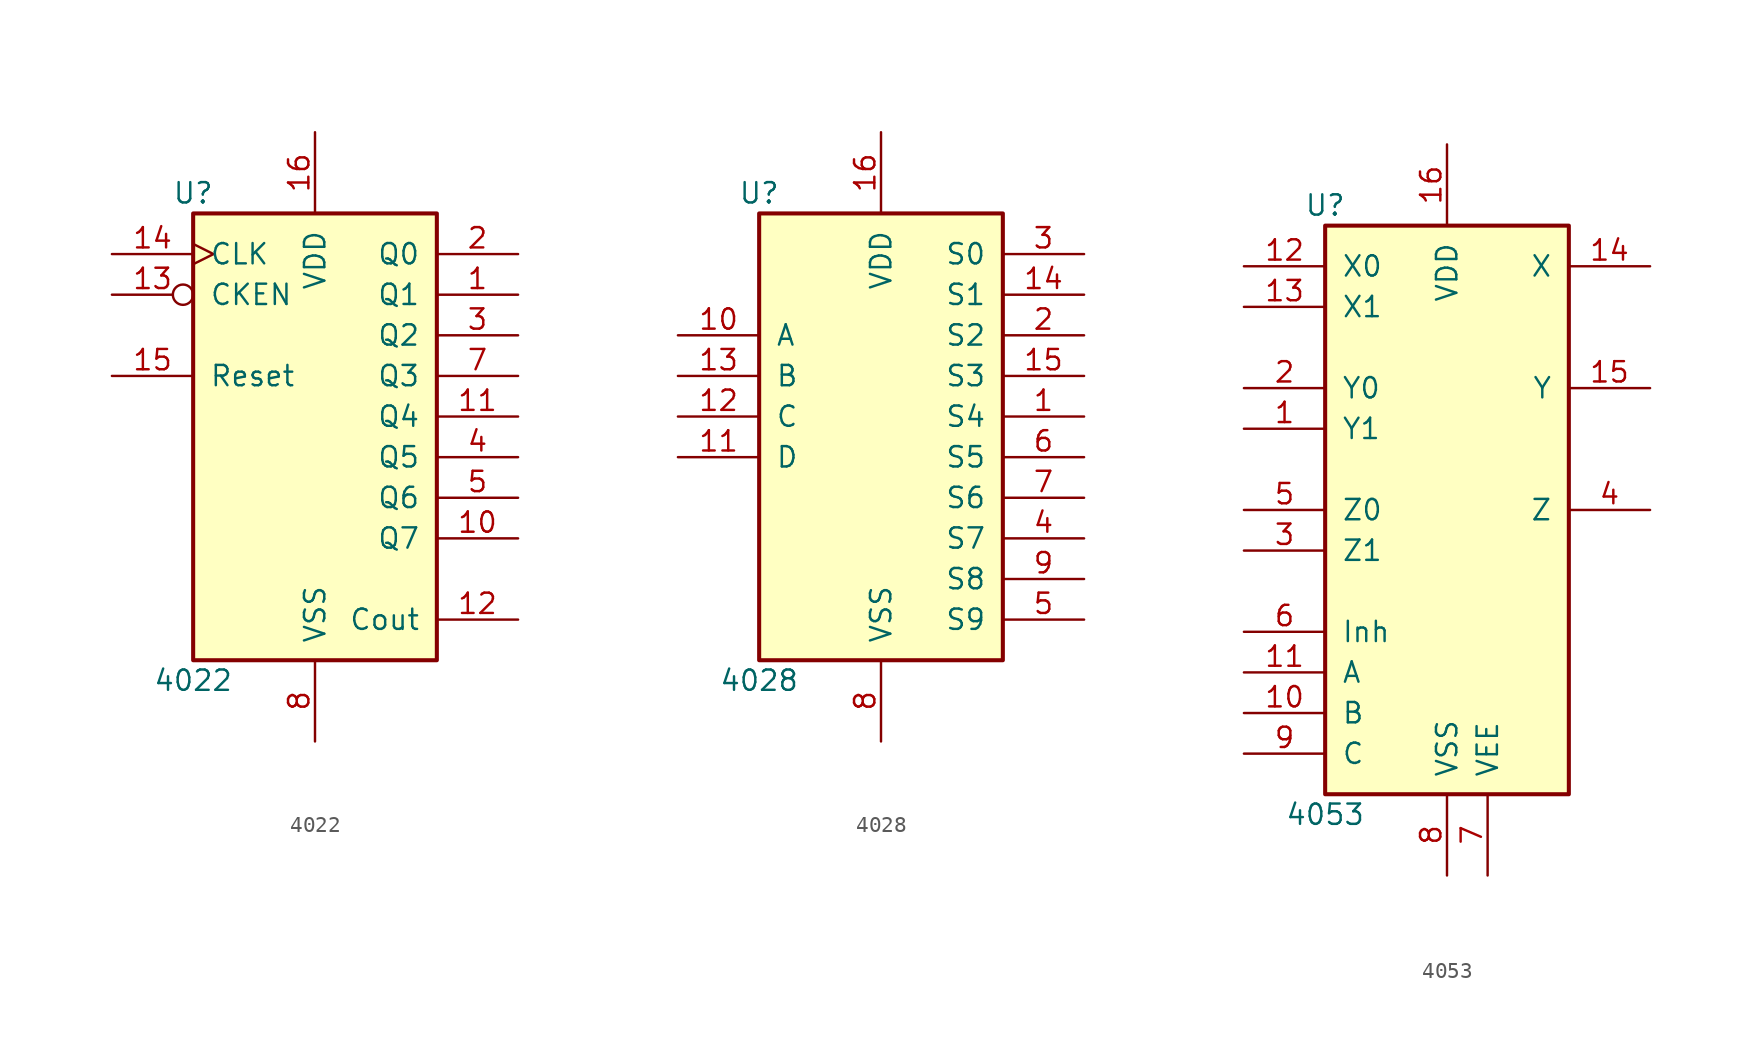
<source format=kicad_sym>
(kicad_symbol_lib
  (version 20220914)
  (generator kicad_symbol_editor)
  (symbol "4022"
    (pin_names
      (offset 1.016))
    (property "Reference" "U"
      (at -7.62 13.97 0)
      (effects (font (size 1.27 1.27))))
    (property "Value" "4022"
      (at -7.62 -16.51 0)
      (effects (font (size 1.27 1.27))))
    (property "ki_locked" ""
      (at 0 0 0)
      (effects (font (size 1.27 1.27))))
    (symbol "4022_1_0"
      (pin output line (at 12.7 7.62 180) (length 5.08) (name "Q1" (effects (font (size 1.27 1.27)))) (number "1" (effects (font (size 1.27 1.27)))))
      (pin output line (at 12.7 -7.62 180) (length 5.08) (name "Q7" (effects (font (size 1.27 1.27)))) (number "10" (effects (font (size 1.27 1.27)))))
      (pin output line (at 12.7 0 180) (length 5.08) (name "Q4" (effects (font (size 1.27 1.27)))) (number "11" (effects (font (size 1.27 1.27)))))
      (pin output line (at 12.7 -12.7 180) (length 5.08) (name "Cout" (effects (font (size 1.27 1.27)))) (number "12" (effects (font (size 1.27 1.27)))))
      (pin input inverted (at -12.7 7.62 0) (length 5.08) (name "CKEN" (effects (font (size 1.27 1.27)))) (number "13" (effects (font (size 1.27 1.27)))))
      (pin input clock (at -12.7 10.16 0) (length 5.08) (name "CLK" (effects (font (size 1.27 1.27)))) (number "14" (effects (font (size 1.27 1.27)))))
      (pin input line (at -12.7 2.54 0) (length 5.08) (name "Reset" (effects (font (size 1.27 1.27)))) (number "15" (effects (font (size 1.27 1.27)))))
      (pin power_in line (at 0 17.78 270) (length 5.08) (name "VDD" (effects (font (size 1.27 1.27)))) (number "16" (effects (font (size 1.27 1.27)))))
      (pin output line (at 12.7 10.16 180) (length 5.08) (name "Q0" (effects (font (size 1.27 1.27)))) (number "2" (effects (font (size 1.27 1.27)))))
      (pin output line (at 12.7 5.08 180) (length 5.08) (name "Q2" (effects (font (size 1.27 1.27)))) (number "3" (effects (font (size 1.27 1.27)))))
      (pin output line (at 12.7 -2.54 180) (length 5.08) (name "Q5" (effects (font (size 1.27 1.27)))) (number "4" (effects (font (size 1.27 1.27)))))
      (pin output line (at 12.7 -5.08 180) (length 5.08) (name "Q6" (effects (font (size 1.27 1.27)))) (number "5" (effects (font (size 1.27 1.27)))))
      (pin output line (at 12.7 2.54 180) (length 5.08) (name "Q3" (effects (font (size 1.27 1.27)))) (number "7" (effects (font (size 1.27 1.27)))))
      (pin power_in line (at 0 -20.32 90) (length 5.08) (name "VSS" (effects (font (size 1.27 1.27)))) (number "8" (effects (font (size 1.27 1.27))))))
    (symbol "4022_1_1"
      (rectangle (start -7.62 12.7) (end 7.62 -15.24) (stroke (width 0.254) (type default)) (fill (type background)))))
  (symbol "4028"
    (pin_names
      (offset 1.016))
    (property "Reference" "U"
      (at -7.62 13.97 0)
      (effects (font (size 1.27 1.27))))
    (property "Value" "4028"
      (at -7.62 -16.51 0)
      (effects (font (size 1.27 1.27))))
    (property "ki_locked" ""
      (at 0 0 0)
      (effects (font (size 1.27 1.27))))
    (symbol "4028_1_0"
      (pin output line (at 12.7 0 180) (length 5.08) (name "S4" (effects (font (size 1.27 1.27)))) (number "1" (effects (font (size 1.27 1.27)))))
      (pin input line (at -12.7 5.08 0) (length 5.08) (name "A" (effects (font (size 1.27 1.27)))) (number "10" (effects (font (size 1.27 1.27)))))
      (pin input line (at -12.7 -2.54 0) (length 5.08) (name "D" (effects (font (size 1.27 1.27)))) (number "11" (effects (font (size 1.27 1.27)))))
      (pin input line (at -12.7 0 0) (length 5.08) (name "C" (effects (font (size 1.27 1.27)))) (number "12" (effects (font (size 1.27 1.27)))))
      (pin input line (at -12.7 2.54 0) (length 5.08) (name "B" (effects (font (size 1.27 1.27)))) (number "13" (effects (font (size 1.27 1.27)))))
      (pin output line (at 12.7 7.62 180) (length 5.08) (name "S1" (effects (font (size 1.27 1.27)))) (number "14" (effects (font (size 1.27 1.27)))))
      (pin output line (at 12.7 2.54 180) (length 5.08) (name "S3" (effects (font (size 1.27 1.27)))) (number "15" (effects (font (size 1.27 1.27)))))
      (pin power_in line (at 0 17.78 270) (length 5.08) (name "VDD" (effects (font (size 1.27 1.27)))) (number "16" (effects (font (size 1.27 1.27)))))
      (pin output line (at 12.7 5.08 180) (length 5.08) (name "S2" (effects (font (size 1.27 1.27)))) (number "2" (effects (font (size 1.27 1.27)))))
      (pin output line (at 12.7 10.16 180) (length 5.08) (name "S0" (effects (font (size 1.27 1.27)))) (number "3" (effects (font (size 1.27 1.27)))))
      (pin output line (at 12.7 -7.62 180) (length 5.08) (name "S7" (effects (font (size 1.27 1.27)))) (number "4" (effects (font (size 1.27 1.27)))))
      (pin output line (at 12.7 -12.7 180) (length 5.08) (name "S9" (effects (font (size 1.27 1.27)))) (number "5" (effects (font (size 1.27 1.27)))))
      (pin output line (at 12.7 -2.54 180) (length 5.08) (name "S5" (effects (font (size 1.27 1.27)))) (number "6" (effects (font (size 1.27 1.27)))))
      (pin output line (at 12.7 -5.08 180) (length 5.08) (name "S6" (effects (font (size 1.27 1.27)))) (number "7" (effects (font (size 1.27 1.27)))))
      (pin power_in line (at 0 -20.32 90) (length 5.08) (name "VSS" (effects (font (size 1.27 1.27)))) (number "8" (effects (font (size 1.27 1.27)))))
      (pin output line (at 12.7 -10.16 180) (length 5.08) (name "S8" (effects (font (size 1.27 1.27)))) (number "9" (effects (font (size 1.27 1.27))))))
    (symbol "4028_1_1"
      (rectangle (start -7.62 12.7) (end 7.62 -15.24) (stroke (width 0.254) (type default)) (fill (type background)))))
  (symbol "4053"
    (pin_names
      (offset 1.016))
    (property "Reference" "U"
      (at -7.62 19.05 0)
      (effects (font (size 1.27 1.27))))
    (property "Value" "4053"
      (at -7.62 -19.05 0)
      (effects (font (size 1.27 1.27))))
    (property "ki_locked" ""
      (at 0 0 0)
      (effects (font (size 1.27 1.27))))
    (symbol "4053_1_0"
      (pin passive line (at -12.7 5.08 0) (length 5.08) (name "Y1" (effects (font (size 1.27 1.27)))) (number "1" (effects (font (size 1.27 1.27)))))
      (pin input line (at -12.7 -12.7 0) (length 5.08) (name "B" (effects (font (size 1.27 1.27)))) (number "10" (effects (font (size 1.27 1.27)))))
      (pin input line (at -12.7 -10.16 0) (length 5.08) (name "A" (effects (font (size 1.27 1.27)))) (number "11" (effects (font (size 1.27 1.27)))))
      (pin passive line (at -12.7 15.24 0) (length 5.08) (name "X0" (effects (font (size 1.27 1.27)))) (number "12" (effects (font (size 1.27 1.27)))))
      (pin passive line (at -12.7 12.7 0) (length 5.08) (name "X1" (effects (font (size 1.27 1.27)))) (number "13" (effects (font (size 1.27 1.27)))))
      (pin passive line (at 12.7 15.24 180) (length 5.08) (name "X" (effects (font (size 1.27 1.27)))) (number "14" (effects (font (size 1.27 1.27)))))
      (pin passive line (at 12.7 7.62 180) (length 5.08) (name "Y" (effects (font (size 1.27 1.27)))) (number "15" (effects (font (size 1.27 1.27)))))
      (pin power_in line (at 0 22.86 270) (length 5.08) (name "VDD" (effects (font (size 1.27 1.27)))) (number "16" (effects (font (size 1.27 1.27)))))
      (pin passive line (at -12.7 7.62 0) (length 5.08) (name "Y0" (effects (font (size 1.27 1.27)))) (number "2" (effects (font (size 1.27 1.27)))))
      (pin passive line (at -12.7 -2.54 0) (length 5.08) (name "Z1" (effects (font (size 1.27 1.27)))) (number "3" (effects (font (size 1.27 1.27)))))
      (pin passive line (at 12.7 0 180) (length 5.08) (name "Z" (effects (font (size 1.27 1.27)))) (number "4" (effects (font (size 1.27 1.27)))))
      (pin passive line (at -12.7 0 0) (length 5.08) (name "Z0" (effects (font (size 1.27 1.27)))) (number "5" (effects (font (size 1.27 1.27)))))
      (pin input line (at -12.7 -7.62 0) (length 5.08) (name "Inh" (effects (font (size 1.27 1.27)))) (number "6" (effects (font (size 1.27 1.27)))))
      (pin power_in line (at 2.54 -22.86 90) (length 5.08) (name "VEE" (effects (font (size 1.27 1.27)))) (number "7" (effects (font (size 1.27 1.27)))))
      (pin power_in line (at 0 -22.86 90) (length 5.08) (name "VSS" (effects (font (size 1.27 1.27)))) (number "8" (effects (font (size 1.27 1.27)))))
      (pin input line (at -12.7 -15.24 0) (length 5.08) (name "C" (effects (font (size 1.27 1.27)))) (number "9" (effects (font (size 1.27 1.27))))))
    (symbol "4053_1_1"
      (rectangle (start -7.62 17.78) (end 7.62 -17.78) (stroke (width 0.254) (type default)) (fill (type background))))))
</source>
